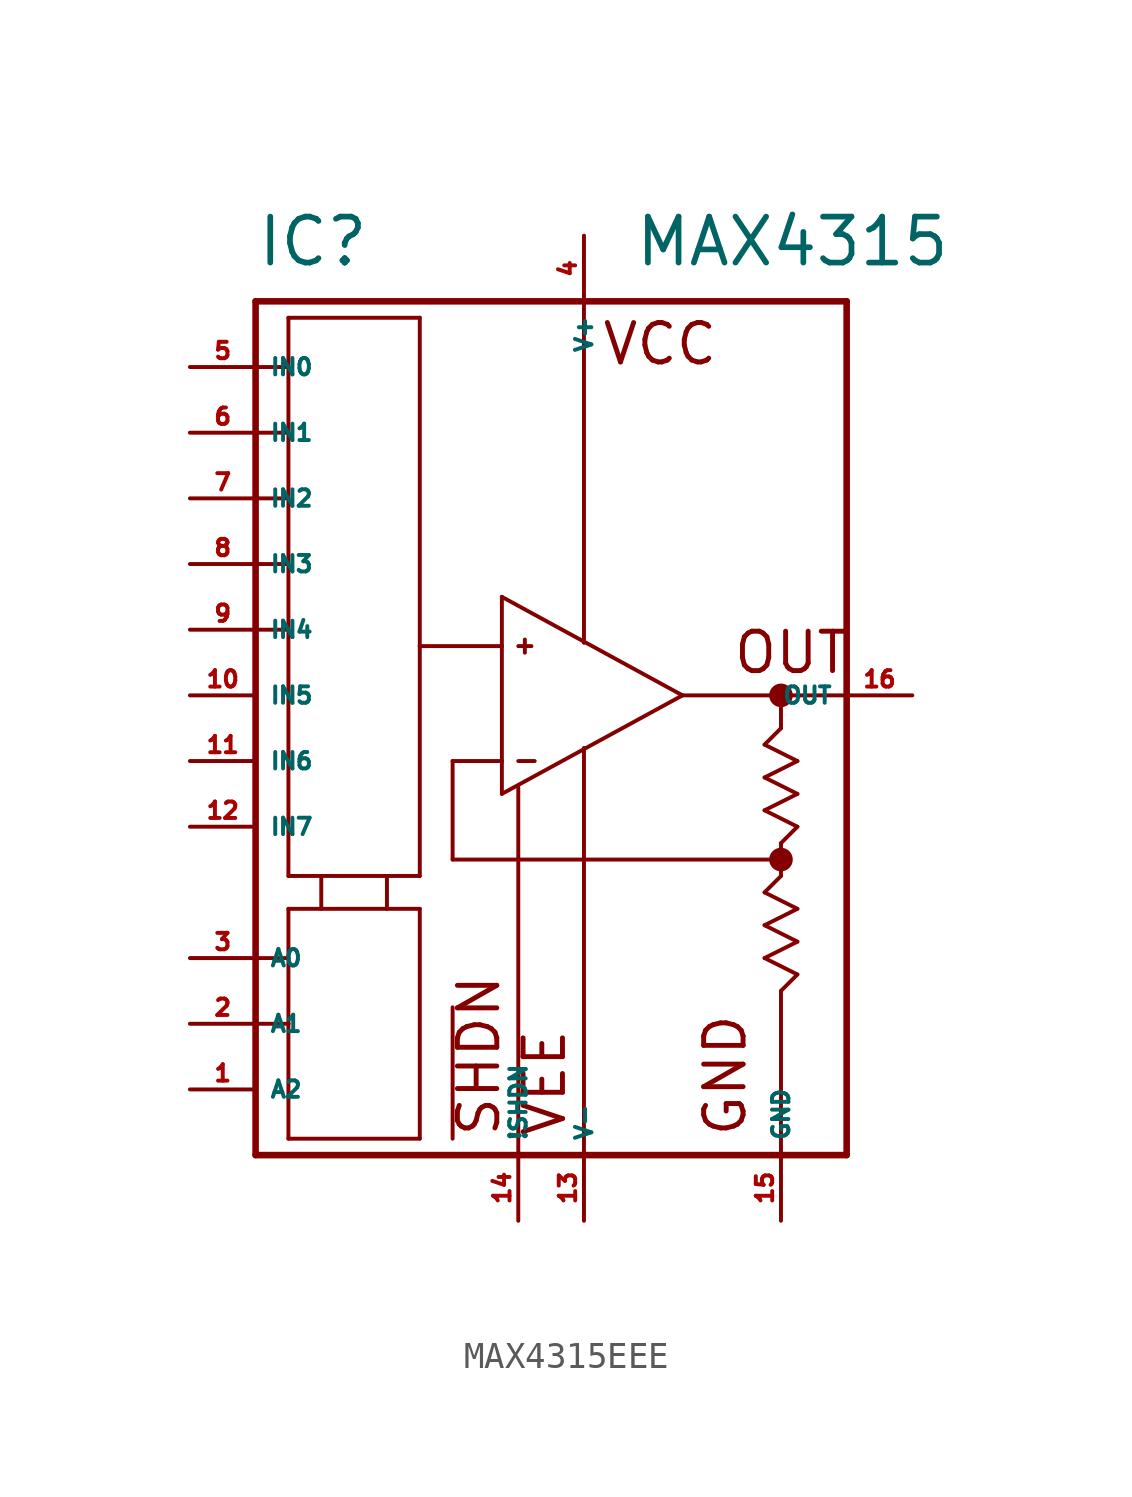
<source format=kicad_sym>
(kicad_symbol_lib
  (version 20220914)
  (generator Eagle2Kicad)
  (symbol "MAX4315EEE"
    (property "Reference" "IC"
      (at -10.16 13.97 0)
      (effects (font (size 1.778 1.778) (thickness 0.22)) (justify left bottom)))
    (property "Value" "MAX4315"
      (at 4.445 13.97 0)
      (effects (font (size 1.778 1.778) (thickness 0.22)) (justify left bottom)))
    (polyline
      (pts (xy 6.35 -2.54) (xy -0.635 1.27))
      (stroke (width 0.152) (type default))
      (fill (type none)))
    (polyline
      (pts (xy -0.635 1.27) (xy -0.635 -0.635))
      (stroke (width 0.152) (type default))
      (fill (type none)))
    (polyline
      (pts (xy -0.635 -0.635) (xy -0.635 -5.08))
      (stroke (width 0.152) (type default))
      (fill (type none)))
    (polyline
      (pts (xy -0.635 -5.08) (xy -0.635 -6.35))
      (stroke (width 0.152) (type default))
      (fill (type none)))
    (polyline
      (pts (xy -0.635 -6.35) (xy 6.35 -2.54))
      (stroke (width 0.152) (type default))
      (fill (type none)))
    (polyline
      (pts (xy -10.16 12.7) (xy -10.16 10.16))
      (stroke (width 0.254) (type default))
      (fill (type none)))
    (polyline
      (pts (xy -10.16 10.16) (xy -10.16 7.62))
      (stroke (width 0.254) (type default))
      (fill (type none)))
    (polyline
      (pts (xy -10.16 7.62) (xy -10.16 5.08))
      (stroke (width 0.254) (type default))
      (fill (type none)))
    (polyline
      (pts (xy -10.16 5.08) (xy -10.16 2.54))
      (stroke (width 0.254) (type default))
      (fill (type none)))
    (polyline
      (pts (xy -10.16 2.54) (xy -10.16 0))
      (stroke (width 0.254) (type default))
      (fill (type none)))
    (polyline
      (pts (xy -10.16 0) (xy -10.16 -12.7))
      (stroke (width 0.254) (type default))
      (fill (type none)))
    (polyline
      (pts (xy -10.16 -12.7) (xy -10.16 -15.24))
      (stroke (width 0.254) (type default))
      (fill (type none)))
    (polyline
      (pts (xy -10.16 -15.24) (xy -10.16 -20.32))
      (stroke (width 0.254) (type default))
      (fill (type none)))
    (polyline
      (pts (xy -10.16 -20.32) (xy 0 -20.32))
      (stroke (width 0.254) (type default))
      (fill (type none)))
    (polyline
      (pts (xy 0 -20.32) (xy 2.54 -20.32))
      (stroke (width 0.254) (type default))
      (fill (type none)))
    (polyline
      (pts (xy 2.54 -20.32) (xy 10.16 -20.32))
      (stroke (width 0.254) (type default))
      (fill (type none)))
    (polyline
      (pts (xy 10.16 -20.32) (xy 12.7 -20.32))
      (stroke (width 0.254) (type default))
      (fill (type none)))
    (polyline
      (pts (xy 12.7 -20.32) (xy 12.7 -2.54))
      (stroke (width 0.254) (type default))
      (fill (type none)))
    (polyline
      (pts (xy 12.7 -2.54) (xy 12.7 12.7))
      (stroke (width 0.254) (type default))
      (fill (type none)))
    (polyline
      (pts (xy 12.7 12.7) (xy 2.54 12.7))
      (stroke (width 0.254) (type default))
      (fill (type none)))
    (polyline
      (pts (xy 2.54 12.7) (xy -10.16 12.7))
      (stroke (width 0.254) (type default))
      (fill (type none)))
    (polyline
      (pts (xy -10.16 7.62) (xy -8.89 7.62))
      (stroke (width 0.152) (type default))
      (fill (type none)))
    (polyline
      (pts (xy -8.89 7.62) (xy -8.89 10.16))
      (stroke (width 0.152) (type default))
      (fill (type none)))
    (polyline
      (pts (xy -8.89 10.16) (xy -8.89 12.065))
      (stroke (width 0.152) (type default))
      (fill (type none)))
    (polyline
      (pts (xy -8.89 12.065) (xy -3.81 12.065))
      (stroke (width 0.152) (type default))
      (fill (type none)))
    (polyline
      (pts (xy -3.81 12.065) (xy -3.81 -0.635))
      (stroke (width 0.152) (type default))
      (fill (type none)))
    (polyline
      (pts (xy -3.81 -0.635) (xy -3.81 -9.525))
      (stroke (width 0.152) (type default))
      (fill (type none)))
    (polyline
      (pts (xy -8.89 -9.525) (xy -8.89 0))
      (stroke (width 0.152) (type default))
      (fill (type none)))
    (polyline
      (pts (xy -8.89 0) (xy -8.89 2.54))
      (stroke (width 0.152) (type default))
      (fill (type none)))
    (polyline
      (pts (xy -8.89 2.54) (xy -8.89 5.08))
      (stroke (width 0.152) (type default))
      (fill (type none)))
    (polyline
      (pts (xy -8.89 5.08) (xy -8.89 7.62))
      (stroke (width 0.152) (type default))
      (fill (type none)))
    (polyline
      (pts (xy -10.16 5.08) (xy -8.89 5.08))
      (stroke (width 0.152) (type default))
      (fill (type none)))
    (polyline
      (pts (xy 6.35 -2.54) (xy 10.16 -2.54))
      (stroke (width 0.152) (type default))
      (fill (type none)))
    (polyline
      (pts (xy 10.16 -2.54) (xy 12.7 -2.54))
      (stroke (width 0.152) (type default))
      (fill (type none)))
    (polyline
      (pts (xy 10.16 -2.54) (xy 10.16 -3.81))
      (stroke (width 0.152) (type default))
      (fill (type none)))
    (polyline
      (pts (xy 10.16 -3.81) (xy 9.525 -4.445))
      (stroke (width 0.152) (type default))
      (fill (type none)))
    (polyline
      (pts (xy 9.525 -4.445) (xy 10.795 -5.08))
      (stroke (width 0.152) (type default))
      (fill (type none)))
    (polyline
      (pts (xy 10.795 -5.08) (xy 9.525 -5.715))
      (stroke (width 0.152) (type default))
      (fill (type none)))
    (polyline
      (pts (xy 9.525 -5.715) (xy 10.795 -6.35))
      (stroke (width 0.152) (type default))
      (fill (type none)))
    (polyline
      (pts (xy 10.795 -6.35) (xy 9.525 -6.985))
      (stroke (width 0.152) (type default))
      (fill (type none)))
    (polyline
      (pts (xy 10.795 -10.795) (xy 9.525 -11.43))
      (stroke (width 0.152) (type default))
      (fill (type none)))
    (polyline
      (pts (xy 9.525 -11.43) (xy 10.795 -12.065))
      (stroke (width 0.152) (type default))
      (fill (type none)))
    (polyline
      (pts (xy 10.795 -12.065) (xy 9.525 -12.7))
      (stroke (width 0.152) (type default))
      (fill (type none)))
    (polyline
      (pts (xy 9.525 -12.7) (xy 10.795 -13.335))
      (stroke (width 0.152) (type default))
      (fill (type none)))
    (polyline
      (pts (xy 10.795 -13.335) (xy 10.16 -13.97))
      (stroke (width 0.152) (type default))
      (fill (type none)))
    (polyline
      (pts (xy 10.16 -13.97) (xy 10.16 -20.32))
      (stroke (width 0.152) (type default))
      (fill (type none)))
    (polyline
      (pts (xy 9.525 -6.985) (xy 10.795 -7.62))
      (stroke (width 0.152) (type default))
      (fill (type none)))
    (polyline
      (pts (xy 10.795 -7.62) (xy 10.16 -8.255))
      (stroke (width 0.152) (type default))
      (fill (type none)))
    (polyline
      (pts (xy 10.795 -10.795) (xy 9.525 -10.16))
      (stroke (width 0.152) (type default))
      (fill (type none)))
    (polyline
      (pts (xy 9.525 -10.16) (xy 10.16 -9.525))
      (stroke (width 0.152) (type default))
      (fill (type none)))
    (polyline
      (pts (xy 10.16 -9.525) (xy 10.16 -8.89))
      (stroke (width 0.152) (type default))
      (fill (type none)))
    (polyline
      (pts (xy 10.16 -8.89) (xy 10.16 -8.255))
      (stroke (width 0.152) (type default))
      (fill (type none)))
    (polyline
      (pts (xy 10.16 -8.89) (xy -2.54 -8.89))
      (stroke (width 0.152) (type default))
      (fill (type none)))
    (polyline
      (pts (xy -2.54 -8.89) (xy -2.54 -5.08))
      (stroke (width 0.152) (type default))
      (fill (type none)))
    (polyline
      (pts (xy -2.54 -5.08) (xy -0.635 -5.08))
      (stroke (width 0.152) (type default))
      (fill (type none)))
    (polyline
      (pts (xy -0.635 -0.635) (xy -3.81 -0.635))
      (stroke (width 0.152) (type default))
      (fill (type none)))
    (polyline
      (pts (xy 0 -5.08) (xy 0.635 -5.08))
      (stroke (width 0.152) (type default))
      (fill (type none)))
    (polyline
      (pts (xy 0 -0.635) (xy 0.508 -0.635))
      (stroke (width 0.152) (type default))
      (fill (type none)))
    (polyline
      (pts (xy 0.254 -0.381) (xy 0.254 -0.889))
      (stroke (width 0.152) (type default))
      (fill (type none)))
    (polyline
      (pts (xy 0 -20.32) (xy 0 -6.096))
      (stroke (width 0.152) (type default))
      (fill (type none)))
    (polyline
      (pts (xy 2.54 12.7) (xy 2.54 -0.508))
      (stroke (width 0.152) (type default))
      (fill (type none)))
    (polyline
      (pts (xy 2.54 -20.32) (xy 2.54 -4.572))
      (stroke (width 0.152) (type default))
      (fill (type none)))
    (polyline
      (pts (xy -5.08 -9.525) (xy -5.08 -10.795))
      (stroke (width 0.152) (type default))
      (fill (type none)))
    (polyline
      (pts (xy -7.62 -9.525) (xy -7.62 -10.795))
      (stroke (width 0.152) (type default))
      (fill (type none)))
    (polyline
      (pts (xy -8.89 -19.685) (xy -8.89 -15.24))
      (stroke (width 0.152) (type default))
      (fill (type none)))
    (polyline
      (pts (xy -8.89 -15.24) (xy -8.89 -12.7))
      (stroke (width 0.152) (type default))
      (fill (type none)))
    (polyline
      (pts (xy -8.89 -12.7) (xy -8.89 -10.795))
      (stroke (width 0.152) (type default))
      (fill (type none)))
    (polyline
      (pts (xy -8.89 -10.795) (xy -3.81 -10.795))
      (stroke (width 0.152) (type default))
      (fill (type none)))
    (polyline
      (pts (xy -3.81 -19.685) (xy -3.81 -10.795))
      (stroke (width 0.152) (type default))
      (fill (type none)))
    (polyline
      (pts (xy -8.89 -9.525) (xy -3.81 -9.525))
      (stroke (width 0.152) (type default))
      (fill (type none)))
    (polyline
      (pts (xy -8.89 -19.685) (xy -3.81 -19.685))
      (stroke (width 0.152) (type default))
      (fill (type none)))
    (polyline
      (pts (xy -10.16 -12.7) (xy -8.89 -12.7))
      (stroke (width 0.152) (type default))
      (fill (type none)))
    (polyline
      (pts (xy -10.16 2.54) (xy -8.89 2.54))
      (stroke (width 0.152) (type default))
      (fill (type none)))
    (polyline
      (pts (xy -10.16 0) (xy -8.89 0))
      (stroke (width 0.152) (type default))
      (fill (type none)))
    (polyline
      (pts (xy -10.16 -15.24) (xy -8.89 -15.24))
      (stroke (width 0.152) (type default))
      (fill (type none)))
    (polyline
      (pts (xy -2.54 -14.605) (xy -2.54 -19.685))
      (stroke (width 0.152) (type default))
      (fill (type none)))
    (polyline
      (pts (xy -10.16 10.16) (xy -8.89 10.16))
      (stroke (width 0.152) (type default))
      (fill (type none)))
    (text "VEE"
      (at 1.905 -19.685 900)
      (effects (font (size 1.524 1.524) (thickness 0.19)) (justify left bottom)))
    (text "SHDN"
      (at -0.635 -19.685 900)
      (effects (font (size 1.524 1.524) (thickness 0.19)) (justify left bottom)))
    (text "GND"
      (at 8.89 -19.685 900)
      (effects (font (size 1.524 1.524) (thickness 0.19)) (justify left bottom)))
    (text "VCC"
      (at 3.175 10.16 0)
      (effects (font (size 1.524 1.524) (thickness 0.19)) (justify left bottom)))
    (text "OUT"
      (at 8.255 -1.778 0)
      (effects (font (size 1.524 1.524) (thickness 0.19)) (justify left bottom)))
    (circle
      (center 10.16 -2.54)
      (radius 0.254)
      (stroke (width 0.406) (type default))
      (fill (type none)))
    (circle
      (center 10.16 -8.89)
      (radius 0.254)
      (stroke (width 0.406) (type default))
      (fill (type none)))
    (pin input line
      (at -12.7 5.08 0)
      (length 2.54)
      (name "IN2" (effects (font (size 0.635 0.635) (thickness 0.08)) (justify left bottom)))
      (number "7" (effects (font (size 0.635 0.635) (thickness 0.08)) (justify left bottom))))
    (pin input line
      (at -12.7 7.62 0)
      (length 2.54)
      (name "IN1" (effects (font (size 0.635 0.635) (thickness 0.08)) (justify left bottom)))
      (number "6" (effects (font (size 0.635 0.635) (thickness 0.08)) (justify left bottom))))
    (pin output line
      (at 15.24 -2.54 180)
      (length 2.54)
      (name "OUT" (effects (font (size 0.635 0.635) (thickness 0.08)) (justify left bottom)))
      (number "16" (effects (font (size 0.635 0.635) (thickness 0.08)) (justify left bottom))))
    (pin passive line
      (at 0 -22.86 90)
      (length 2.54)
      (name "!SHDN" (effects (font (size 0.635 0.635) (thickness 0.08)) (justify left bottom)))
      (number "14" (effects (font (size 0.635 0.635) (thickness 0.08)) (justify left bottom))))
    (pin unspecified line
      (at 2.54 15.24 270)
      (length 2.54)
      (name "V+" (effects (font (size 0.635 0.635) (thickness 0.08)) (justify left bottom)))
      (number "4" (effects (font (size 0.635 0.635) (thickness 0.08)) (justify left bottom))))
    (pin unspecified line
      (at 2.54 -22.86 90)
      (length 2.54)
      (name "V-" (effects (font (size 0.635 0.635) (thickness 0.08)) (justify left bottom)))
      (number "13" (effects (font (size 0.635 0.635) (thickness 0.08)) (justify left bottom))))
    (pin unspecified line
      (at 10.16 -22.86 90)
      (length 2.54)
      (name "GND" (effects (font (size 0.635 0.635) (thickness 0.08)) (justify left bottom)))
      (number "15" (effects (font (size 0.635 0.635) (thickness 0.08)) (justify left bottom))))
    (pin input line
      (at -12.7 -12.7 0)
      (length 2.54)
      (name "A0" (effects (font (size 0.635 0.635) (thickness 0.08)) (justify left bottom)))
      (number "3" (effects (font (size 0.635 0.635) (thickness 0.08)) (justify left bottom))))
    (pin input line
      (at -12.7 2.54 0)
      (length 2.54)
      (name "IN3" (effects (font (size 0.635 0.635) (thickness 0.08)) (justify left bottom)))
      (number "8" (effects (font (size 0.635 0.635) (thickness 0.08)) (justify left bottom))))
    (pin input line
      (at -12.7 0 0)
      (length 2.54)
      (name "IN4" (effects (font (size 0.635 0.635) (thickness 0.08)) (justify left bottom)))
      (number "9" (effects (font (size 0.635 0.635) (thickness 0.08)) (justify left bottom))))
    (pin input line
      (at -12.7 -15.24 0)
      (length 2.54)
      (name "A1" (effects (font (size 0.635 0.635) (thickness 0.08)) (justify left bottom)))
      (number "2" (effects (font (size 0.635 0.635) (thickness 0.08)) (justify left bottom))))
    (pin input line
      (at -12.7 -2.54 0)
      (length 2.54)
      (name "IN5" (effects (font (size 0.635 0.635) (thickness 0.08)) (justify left bottom)))
      (number "10" (effects (font (size 0.635 0.635) (thickness 0.08)) (justify left bottom))))
    (pin input line
      (at -12.7 -5.08 0)
      (length 2.54)
      (name "IN6" (effects (font (size 0.635 0.635) (thickness 0.08)) (justify left bottom)))
      (number "11" (effects (font (size 0.635 0.635) (thickness 0.08)) (justify left bottom))))
    (pin input line
      (at -12.7 -7.62 0)
      (length 2.54)
      (name "IN7" (effects (font (size 0.635 0.635) (thickness 0.08)) (justify left bottom)))
      (number "12" (effects (font (size 0.635 0.635) (thickness 0.08)) (justify left bottom))))
    (pin input line
      (at -12.7 -17.78 0)
      (length 2.54)
      (name "A2" (effects (font (size 0.635 0.635) (thickness 0.08)) (justify left bottom)))
      (number "1" (effects (font (size 0.635 0.635) (thickness 0.08)) (justify left bottom))))
    (pin input line
      (at -12.7 10.16 0)
      (length 2.54)
      (name "IN0" (effects (font (size 0.635 0.635) (thickness 0.08)) (justify left bottom)))
      (number "5" (effects (font (size 0.635 0.635) (thickness 0.08)) (justify left bottom))))))
</source>
